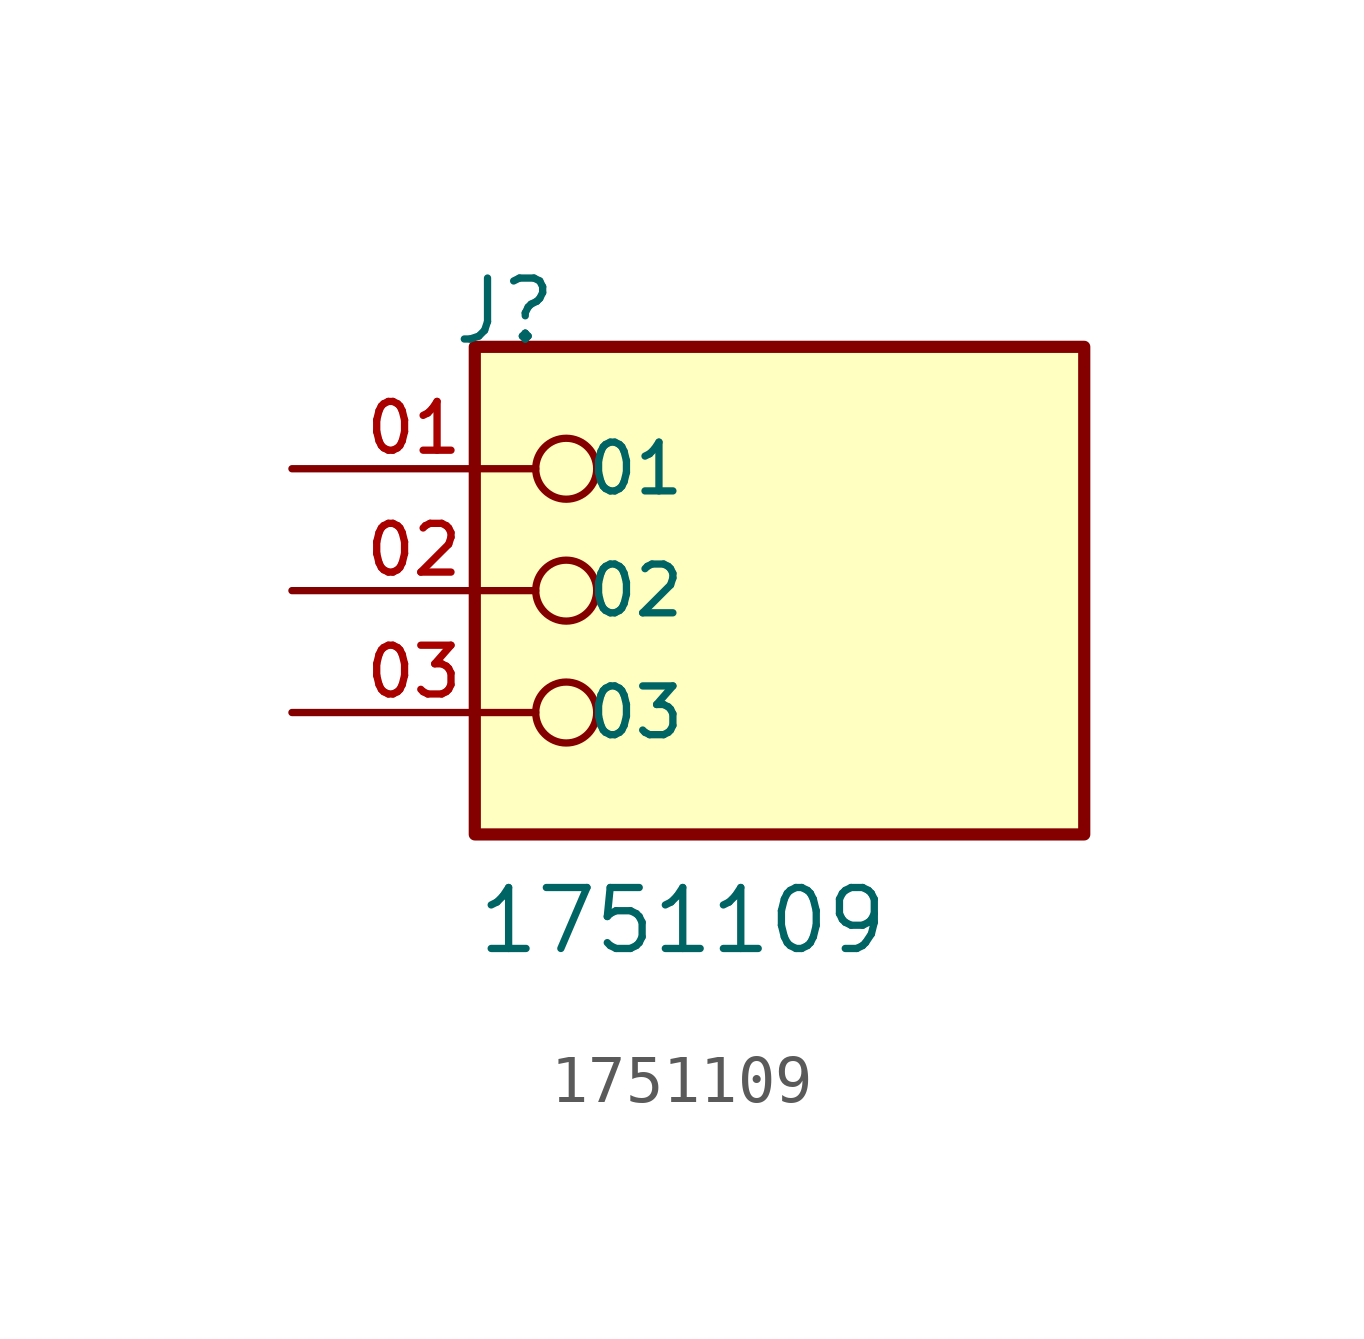
<source format=kicad_sym>
(kicad_symbol_lib
  (version 20211014)
  (generator kicad_symbol_editor)
  (symbol "1751109"
    (pin_names
      (offset 1.016))
    (property "Reference" "J"
      (at -6.85 5.08 0)
      (effects (font (size 1.27 1.27)) (justify bottom left)))
    (property "Value" "1751109"
      (at -6.35 -7.62 0)
      (effects (font (size 1.27 1.27)) (justify bottom left)))
    (symbol "1751109_0_0"
      (circle (center -4.445 2.54) (radius 0.635) (stroke (width 0.152)) (fill (type none)))
      (circle (center -4.445 0.0) (radius 0.635) (stroke (width 0.152)) (fill (type none)))
      (circle (center -4.445 -2.54) (radius 0.635) (stroke (width 0.152)) (fill (type none)))
      (rectangle (start -6.35 -5.08) (end 6.35 5.08) (stroke (width 0.254)) (fill (type background)))
      (pin passive line (at -10.16 2.54 0) (length 5.08) (name "01" (effects (font (size 1.016 1.016)))) (number "01" (effects (font (size 1.016 1.016)))))
      (pin passive line (at -10.16 0.0 0) (length 5.08) (name "02" (effects (font (size 1.016 1.016)))) (number "02" (effects (font (size 1.016 1.016)))))
      (pin passive line (at -10.16 -2.54 0) (length 5.08) (name "03" (effects (font (size 1.016 1.016)))) (number "03" (effects (font (size 1.016 1.016))))))))
</source>
